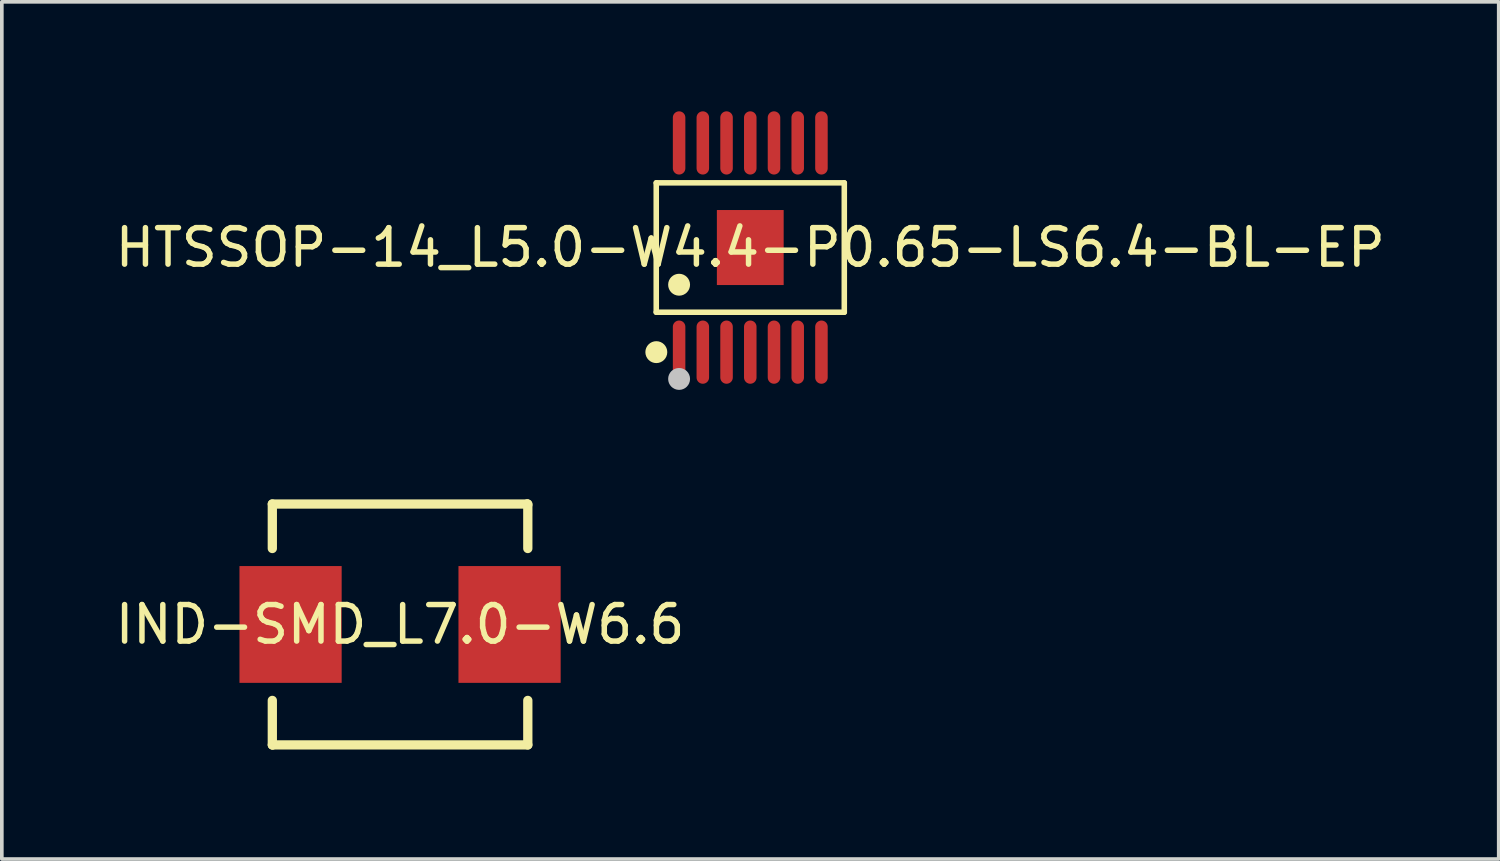
<source format=kicad_pcb>
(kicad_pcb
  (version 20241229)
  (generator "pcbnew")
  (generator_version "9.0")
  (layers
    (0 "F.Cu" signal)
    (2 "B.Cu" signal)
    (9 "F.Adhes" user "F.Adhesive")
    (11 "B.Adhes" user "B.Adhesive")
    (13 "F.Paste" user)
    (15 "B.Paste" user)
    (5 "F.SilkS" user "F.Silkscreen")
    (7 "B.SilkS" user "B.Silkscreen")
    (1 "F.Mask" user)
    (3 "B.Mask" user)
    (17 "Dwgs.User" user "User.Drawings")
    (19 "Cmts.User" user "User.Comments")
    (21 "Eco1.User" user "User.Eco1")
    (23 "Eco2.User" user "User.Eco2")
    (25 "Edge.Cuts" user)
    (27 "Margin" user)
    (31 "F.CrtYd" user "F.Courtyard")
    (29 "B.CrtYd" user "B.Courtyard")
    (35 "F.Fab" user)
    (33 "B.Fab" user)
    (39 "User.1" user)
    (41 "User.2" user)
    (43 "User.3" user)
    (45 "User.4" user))
  (footprint "HTSSOP-14_L5.0-W4.4-P0.65-LS6.4-BL-EP"
    (layer "F.Cu")
    (at 17.506 3.732)
    (property "Reference" "HTSSOP-14_L5.0-W4.4-P0.65-LS6.4-BL-EP" (at 0 0 0) (unlocked yes) (layer "F.SilkS") (effects (font (size 1 1) (thickness 0.15))))
    (fp_line (start -2.576 -1.772) (end 2.576 -1.772) (stroke (width 0.152) (type default)) (layer "F.SilkS"))
    (fp_line (start -2.576 1.772) (end -2.576 -1.772) (stroke (width 0.152) (type default)) (layer "F.SilkS"))
    (fp_line (start 2.576 -1.772) (end 2.576 1.772) (stroke (width 0.152) (type default)) (layer "F.SilkS"))
    (fp_line (start 2.576 1.772) (end -2.576 1.772) (stroke (width 0.152) (type default)) (layer "F.SilkS"))
    (fp_circle (center -2.574 2.866) (end -2.424 2.866) (stroke (width 0.3) (type default)) (fill no) (layer "F.SilkS"))
    (fp_circle (center -1.95 1.019) (end -1.8 1.019) (stroke (width 0.3) (type default)) (fill no) (layer "F.SilkS"))
    (fp_circle (center -1.95 3.6) (end -1.8 3.6) (stroke (width 0.3) (type default)) (fill no) (layer "Dwgs.User"))
    (fp_poly (pts (xy -2.072 -3.2) (xy -2.072 -2.6) (xy -1.827 -2.6) (xy -1.827 -3.2)) (stroke (width 0.1) (type default)) (fill no) (layer "User.1"))
    (fp_poly (pts (xy -2.072 -2.61) (xy -2.072 -2.19) (xy -1.827 -2.19) (xy -1.827 -2.61)) (stroke (width 0.1) (type default)) (fill no) (layer "User.1"))
    (fp_poly (pts (xy -2.072 2.61) (xy -2.072 2.19) (xy -1.827 2.19) (xy -1.827 2.61)) (stroke (width 0.1) (type default)) (fill no) (layer "User.1"))
    (fp_poly (pts (xy -2.072 3.2) (xy -2.072 2.6) (xy -1.827 2.6) (xy -1.827 3.2)) (stroke (width 0.1) (type default)) (fill no) (layer "User.1"))
    (fp_poly (pts (xy -1.423 -3.2) (xy -1.423 -2.6) (xy -1.177 -2.6) (xy -1.177 -3.2)) (stroke (width 0.1) (type default)) (fill no) (layer "User.1"))
    (fp_poly (pts (xy -1.423 -2.61) (xy -1.423 -2.19) (xy -1.177 -2.19) (xy -1.177 -2.61)) (stroke (width 0.1) (type default)) (fill no) (layer "User.1"))
    (fp_poly (pts (xy -1.423 2.61) (xy -1.423 2.19) (xy -1.177 2.19) (xy -1.177 2.61)) (stroke (width 0.1) (type default)) (fill no) (layer "User.1"))
    (fp_poly (pts (xy -1.423 3.2) (xy -1.423 2.6) (xy -1.177 2.6) (xy -1.177 3.2)) (stroke (width 0.1) (type default)) (fill no) (layer "User.1"))
    (fp_poly (pts (xy -0.915 1.028) (xy -0.915 -1.028) (xy 0.915 -1.028) (xy 0.915 1.028)) (stroke (width 0.1) (type default)) (fill no) (layer "User.1"))
    (fp_poly (pts (xy -0.772 -3.2) (xy -0.772 -2.6) (xy -0.527 -2.6) (xy -0.527 -3.2)) (stroke (width 0.1) (type default)) (fill no) (layer "User.1"))
    (fp_poly (pts (xy -0.772 -2.61) (xy -0.772 -2.19) (xy -0.527 -2.19) (xy -0.527 -2.61)) (stroke (width 0.1) (type default)) (fill no) (layer "User.1"))
    (fp_poly (pts (xy -0.772 2.61) (xy -0.772 2.19) (xy -0.527 2.19) (xy -0.527 2.61)) (stroke (width 0.1) (type default)) (fill no) (layer "User.1"))
    (fp_poly (pts (xy -0.772 3.2) (xy -0.772 2.6) (xy -0.527 2.6) (xy -0.527 3.2)) (stroke (width 0.1) (type default)) (fill no) (layer "User.1"))
    (fp_poly (pts (xy -0.122 -3.2) (xy -0.122 -2.6) (xy 0.122 -2.6) (xy 0.122 -3.2)) (stroke (width 0.1) (type default)) (fill no) (layer "User.1"))
    (fp_poly (pts (xy -0.122 -2.61) (xy -0.122 -2.19) (xy 0.122 -2.19) (xy 0.122 -2.61)) (stroke (width 0.1) (type default)) (fill no) (layer "User.1"))
    (fp_poly (pts (xy -0.122 2.61) (xy -0.122 2.19) (xy 0.122 2.19) (xy 0.122 2.61)) (stroke (width 0.1) (type default)) (fill no) (layer "User.1"))
    (fp_poly (pts (xy -0.122 3.2) (xy -0.122 2.6) (xy 0.122 2.6) (xy 0.122 3.2)) (stroke (width 0.1) (type default)) (fill no) (layer "User.1"))
    (fp_poly (pts (xy 0.527 -3.2) (xy 0.527 -2.6) (xy 0.772 -2.6) (xy 0.772 -3.2)) (stroke (width 0.1) (type default)) (fill no) (layer "User.1"))
    (fp_poly (pts (xy 0.527 -2.61) (xy 0.527 -2.19) (xy 0.772 -2.19) (xy 0.772 -2.61)) (stroke (width 0.1) (type default)) (fill no) (layer "User.1"))
    (fp_poly (pts (xy 0.527 2.61) (xy 0.527 2.19) (xy 0.772 2.19) (xy 0.772 2.61)) (stroke (width 0.1) (type default)) (fill no) (layer "User.1"))
    (fp_poly (pts (xy 0.527 3.2) (xy 0.527 2.6) (xy 0.772 2.6) (xy 0.772 3.2)) (stroke (width 0.1) (type default)) (fill no) (layer "User.1"))
    (fp_poly (pts (xy 1.177 -3.2) (xy 1.177 -2.6) (xy 1.423 -2.6) (xy 1.423 -3.2)) (stroke (width 0.1) (type default)) (fill no) (layer "User.1"))
    (fp_poly (pts (xy 1.177 -2.61) (xy 1.177 -2.19) (xy 1.423 -2.19) (xy 1.423 -2.61)) (stroke (width 0.1) (type default)) (fill no) (layer "User.1"))
    (fp_poly (pts (xy 1.177 2.61) (xy 1.177 2.19) (xy 1.423 2.19) (xy 1.423 2.61)) (stroke (width 0.1) (type default)) (fill no) (layer "User.1"))
    (fp_poly (pts (xy 1.177 3.2) (xy 1.177 2.6) (xy 1.423 2.6) (xy 1.423 3.2)) (stroke (width 0.1) (type default)) (fill no) (layer "User.1"))
    (fp_poly (pts (xy 1.827 -3.2) (xy 1.827 -2.6) (xy 2.072 -2.6) (xy 2.072 -3.2)) (stroke (width 0.1) (type default)) (fill no) (layer "User.1"))
    (fp_poly (pts (xy 1.827 -2.61) (xy 1.827 -2.19) (xy 2.072 -2.19) (xy 2.072 -2.61)) (stroke (width 0.1) (type default)) (fill no) (layer "User.1"))
    (fp_poly (pts (xy 1.827 2.61) (xy 1.827 2.19) (xy 2.072 2.19) (xy 2.072 2.61)) (stroke (width 0.1) (type default)) (fill no) (layer "User.1"))
    (fp_poly (pts (xy 1.827 3.2) (xy 1.827 2.6) (xy 2.072 2.6) (xy 2.072 3.2)) (stroke (width 0.1) (type default)) (fill no) (layer "User.1"))
    (fp_line (start -2.5 -2.2) (end 2.5 -2.2) (stroke (width 0.051) (type default)) (layer "User.2"))
    (fp_line (start -2.5 2.2) (end -2.5 -2.2) (stroke (width 0.051) (type default)) (layer "User.2"))
    (fp_line (start 2.5 -2.2) (end 2.5 2.2) (stroke (width 0.051) (type default)) (layer "User.2"))
    (fp_line (start 2.5 2.2) (end -2.5 2.2) (stroke (width 0.051) (type default)) (layer "User.2"))
    (fp_poly (pts (xy -2.44 3.2) (xy -2.458 3.158) (xy -2.5 3.14) (xy -2.542 3.158) (xy -2.56 3.2) (xy -2.542 3.242) (xy -2.5 3.26) (xy -2.458 3.242)) (stroke (width 0.1) (type default)) (fill no) (layer "User.3"))
    (pad "1" smd oval (at -1.95 2.866) (size 0.343 1.732) (layers "F.Cu" "F.Mask" "F.Paste"))
    (pad "2" smd oval (at -1.3 2.866) (size 0.343 1.732) (layers "F.Cu" "F.Mask" "F.Paste"))
    (pad "3" smd oval (at -0.65 2.866) (size 0.343 1.732) (layers "F.Cu" "F.Mask" "F.Paste"))
    (pad "4" smd oval (at 0 2.866) (size 0.343 1.732) (layers "F.Cu" "F.Mask" "F.Paste"))
    (pad "5" smd oval (at 0.65 2.866) (size 0.343 1.732) (layers "F.Cu" "F.Mask" "F.Paste"))
    (pad "6" smd oval (at 1.3 2.866) (size 0.343 1.732) (layers "F.Cu" "F.Mask" "F.Paste"))
    (pad "7" smd oval (at 1.95 2.866) (size 0.343 1.732) (layers "F.Cu" "F.Mask" "F.Paste"))
    (pad "8" smd oval (at 1.95 -2.866) (size 0.343 1.732) (layers "F.Cu" "F.Mask" "F.Paste"))
    (pad "9" smd oval (at 1.3 -2.866) (size 0.343 1.732) (layers "F.Cu" "F.Mask" "F.Paste"))
    (pad "10" smd oval (at 0.65 -2.866) (size 0.343 1.732) (layers "F.Cu" "F.Mask" "F.Paste"))
    (pad "11" smd oval (at 0 -2.866) (size 0.343 1.732) (layers "F.Cu" "F.Mask" "F.Paste"))
    (pad "12" smd oval (at -0.65 -2.866) (size 0.343 1.732) (layers "F.Cu" "F.Mask" "F.Paste"))
    (pad "13" smd oval (at -1.3 -2.866) (size 0.343 1.732) (layers "F.Cu" "F.Mask" "F.Paste"))
    (pad "14" smd oval (at -1.95 -2.866) (size 0.343 1.732) (layers "F.Cu" "F.Mask" "F.Paste"))
    (pad "15" smd rect (at 0 0) (size 1.83 2.055) (layers "F.Cu" "F.Mask" "F.Paste")))
  (footprint "IND-SMD_L7.0-W6.6"
    (layer "F.Cu")
    (at 7.911 14.059)
    (property "Reference" "IND-SMD_L7.0-W6.6" (at 0 0 0) (unlocked yes) (layer "F.SilkS") (effects (font (size 1 1) (thickness 0.15))))
    (fp_line (start -3.5 -3.3) (end 3.48 -3.3) (stroke (width 0.254) (type default)) (layer "F.SilkS"))
    (fp_line (start -3.5 -2.081) (end -3.5 -3.3) (stroke (width 0.254) (type default)) (layer "F.SilkS"))
    (fp_line (start -3.5 3.3) (end -3.5 2.081) (stroke (width 0.254) (type default)) (layer "F.SilkS"))
    (fp_line (start -3.49 3.3) (end -3.5 3.3) (stroke (width 0.254) (type default)) (layer "F.SilkS"))
    (fp_line (start 3.48 -3.3) (end 3.5 -3.28) (stroke (width 0.254) (type default)) (layer "F.SilkS"))
    (fp_line (start 3.5 -3.3) (end 3.5 -2.081) (stroke (width 0.254) (type default)) (layer "F.SilkS"))
    (fp_line (start 3.5 2.081) (end 3.5 3.3) (stroke (width 0.254) (type default)) (layer "F.SilkS"))
    (fp_line (start 3.5 3.3) (end -3.49 3.3) (stroke (width 0.254) (type default)) (layer "F.SilkS"))
    (fp_poly (pts (xy -1.9 1.5) (xy -3.5 1.5) (xy -3.5 -1.5) (xy -1.9 -1.5)) (stroke (width 0.1) (type default)) (fill no) (layer "User.1"))
    (fp_poly (pts (xy 1.9 -1.5) (xy 3.5 -1.5) (xy 3.5 1.5) (xy 1.9 1.5)) (stroke (width 0.1) (type default)) (fill no) (layer "User.1"))
    (fp_line (start -3.5 -3.3) (end 3.5 -3.3) (stroke (width 0.051) (type default)) (layer "User.2"))
    (fp_line (start -3.5 3.3) (end -3.5 -3.3) (stroke (width 0.051) (type default)) (layer "User.2"))
    (fp_line (start 3.5 -3.3) (end 3.5 3.3) (stroke (width 0.051) (type default)) (layer "User.2"))
    (fp_line (start 3.5 3.3) (end -3.5 3.3) (stroke (width 0.051) (type default)) (layer "User.2"))
    (fp_poly (pts (xy -3.44 3.3) (xy -3.458 3.258) (xy -3.5 3.24) (xy -3.542 3.258) (xy -3.56 3.3) (xy -3.542 3.342) (xy -3.5 3.36) (xy -3.458 3.342)) (stroke (width 0.1) (type default)) (fill no) (layer "User.3"))
    (pad "1" smd rect (at -3 0) (size 2.8 3.2) (layers "F.Cu" "F.Mask" "F.Paste"))
    (pad "2" smd rect (at 3 0) (size 2.8 3.2) (layers "F.Cu" "F.Mask" "F.Paste")))
  (gr_rect
    (start -3 -3)
    (end 38.012 20.486)
    (stroke (width 0.1) (type default))
    (fill no)
    (layer "Edge.Cuts")))
</source>
